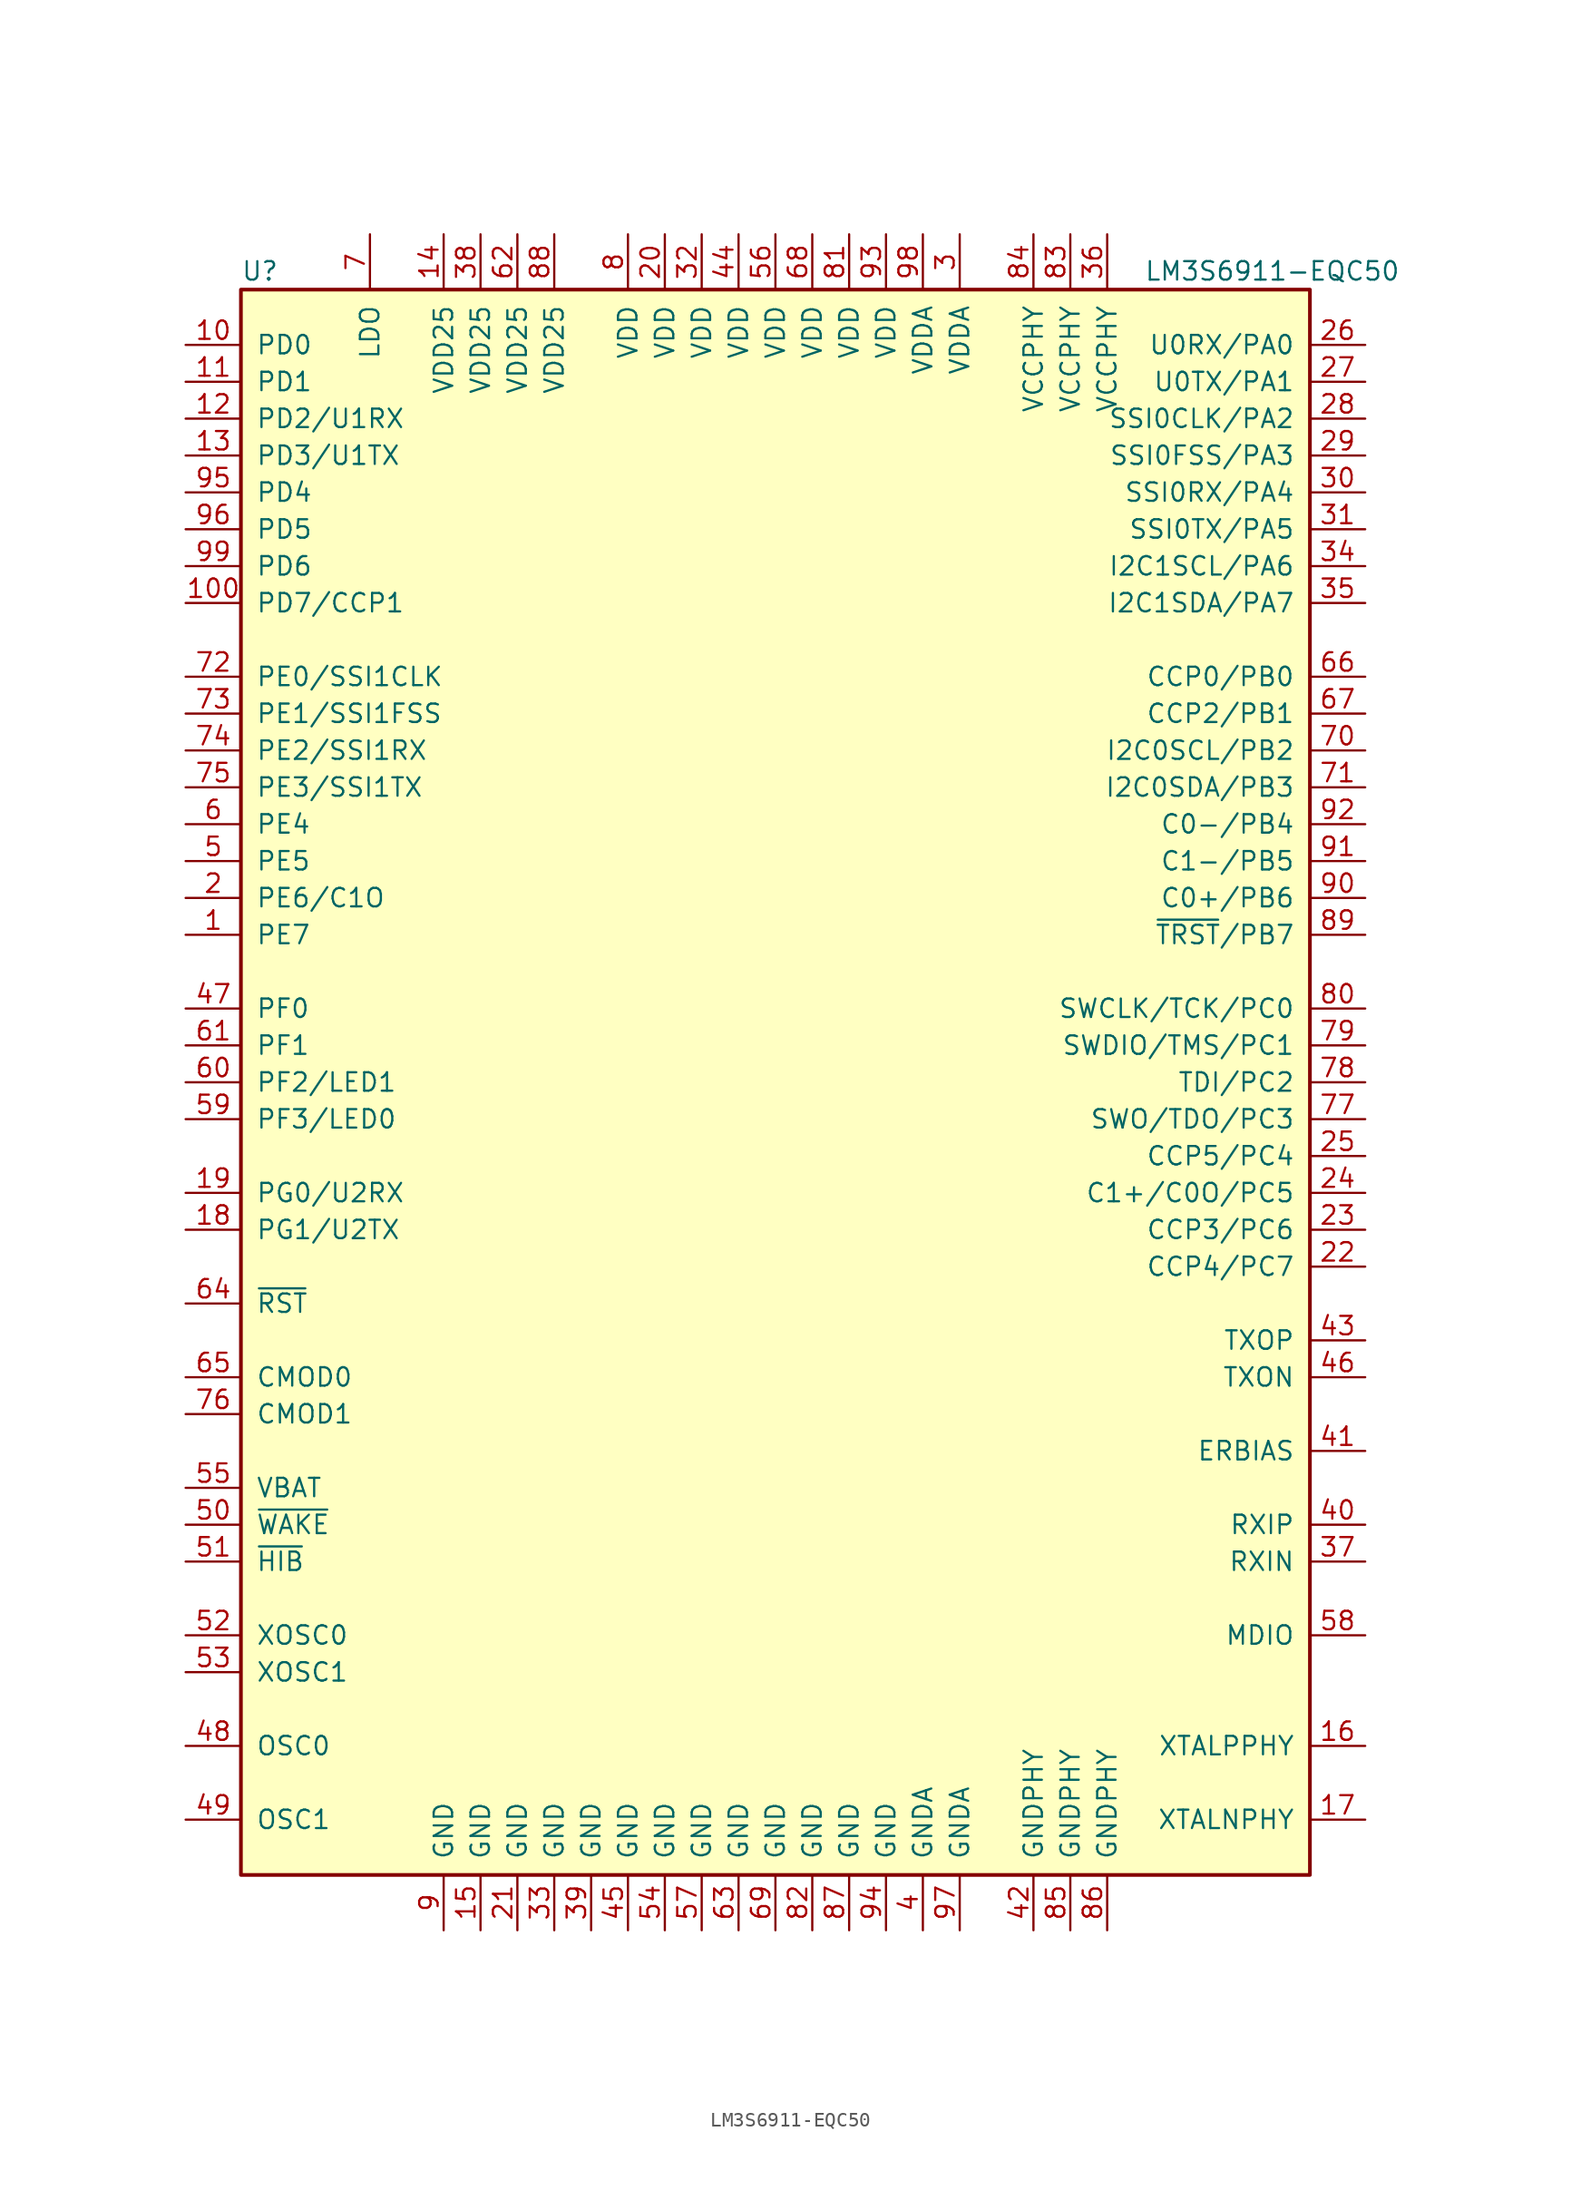
<source format=kicad_sym>
(kicad_symbol_lib
  (version 20241209)
  (generator "kicad_symbol_editor")
  (generator_version "9.0")
  (symbol "LM3S6911-EQC50"
    (pin_names
      (offset 1.016))
    (property "Reference" "U"
      (at -36.83 55.88 0)
      (effects (font (size 1.27 1.27)) (justify left)))
    (property "Value" "LM3S6911-EQC50"
      (at 25.4 55.88 0)
      (effects (font (size 1.27 1.27)) (justify left)))
    (symbol "LM3S6911-EQC50_0_1"
      (rectangle (start -36.83 54.61) (end 36.83 -54.61) (stroke (width 0.254) (type default)) (fill (type background))))
    (symbol "LM3S6911-EQC50_1_1"
      (pin bidirectional line (at -40.64 50.8 0) (length 3.81) (name "PD0" (effects (font (size 1.27 1.27)))) (number "10" (effects (font (size 1.27 1.27)))))
      (pin bidirectional line (at -40.64 48.26 0) (length 3.81) (name "PD1" (effects (font (size 1.27 1.27)))) (number "11" (effects (font (size 1.27 1.27)))))
      (pin bidirectional line (at -40.64 45.72 0) (length 3.81) (name "PD2/U1RX" (effects (font (size 1.27 1.27)))) (number "12" (effects (font (size 1.27 1.27)))))
      (pin bidirectional line (at -40.64 43.18 0) (length 3.81) (name "PD3/U1TX" (effects (font (size 1.27 1.27)))) (number "13" (effects (font (size 1.27 1.27)))))
      (pin bidirectional line (at -40.64 40.64 0) (length 3.81) (name "PD4" (effects (font (size 1.27 1.27)))) (number "95" (effects (font (size 1.27 1.27)))))
      (pin bidirectional line (at -40.64 38.1 0) (length 3.81) (name "PD5" (effects (font (size 1.27 1.27)))) (number "96" (effects (font (size 1.27 1.27)))))
      (pin bidirectional line (at -40.64 35.56 0) (length 3.81) (name "PD6" (effects (font (size 1.27 1.27)))) (number "99" (effects (font (size 1.27 1.27)))))
      (pin bidirectional line (at -40.64 33.02 0) (length 3.81) (name "PD7/CCP1" (effects (font (size 1.27 1.27)))) (number "100" (effects (font (size 1.27 1.27)))))
      (pin bidirectional line (at -40.64 27.94 0) (length 3.81) (name "PE0/SSI1CLK" (effects (font (size 1.27 1.27)))) (number "72" (effects (font (size 1.27 1.27)))))
      (pin bidirectional line (at -40.64 25.4 0) (length 3.81) (name "PE1/SSI1FSS" (effects (font (size 1.27 1.27)))) (number "73" (effects (font (size 1.27 1.27)))))
      (pin bidirectional line (at -40.64 22.86 0) (length 3.81) (name "PE2/SSI1RX" (effects (font (size 1.27 1.27)))) (number "74" (effects (font (size 1.27 1.27)))))
      (pin bidirectional line (at -40.64 20.32 0) (length 3.81) (name "PE3/SSI1TX" (effects (font (size 1.27 1.27)))) (number "75" (effects (font (size 1.27 1.27)))))
      (pin bidirectional line (at -40.64 17.78 0) (length 3.81) (name "PE4" (effects (font (size 1.27 1.27)))) (number "6" (effects (font (size 1.27 1.27)))))
      (pin bidirectional line (at -40.64 15.24 0) (length 3.81) (name "PE5" (effects (font (size 1.27 1.27)))) (number "5" (effects (font (size 1.27 1.27)))))
      (pin bidirectional line (at -40.64 12.7 0) (length 3.81) (name "PE6/C1O" (effects (font (size 1.27 1.27)))) (number "2" (effects (font (size 1.27 1.27)))))
      (pin bidirectional line (at -40.64 10.16 0) (length 3.81) (name "PE7" (effects (font (size 1.27 1.27)))) (number "1" (effects (font (size 1.27 1.27)))))
      (pin bidirectional line (at -40.64 5.08 0) (length 3.81) (name "PF0" (effects (font (size 1.27 1.27)))) (number "47" (effects (font (size 1.27 1.27)))))
      (pin bidirectional line (at -40.64 2.54 0) (length 3.81) (name "PF1" (effects (font (size 1.27 1.27)))) (number "61" (effects (font (size 1.27 1.27)))))
      (pin bidirectional line (at -40.64 0 0) (length 3.81) (name "PF2/LED1" (effects (font (size 1.27 1.27)))) (number "60" (effects (font (size 1.27 1.27)))))
      (pin bidirectional line (at -40.64 -2.54 0) (length 3.81) (name "PF3/LED0" (effects (font (size 1.27 1.27)))) (number "59" (effects (font (size 1.27 1.27)))))
      (pin bidirectional line (at -40.64 -7.62 0) (length 3.81) (name "PG0/U2RX" (effects (font (size 1.27 1.27)))) (number "19" (effects (font (size 1.27 1.27)))))
      (pin bidirectional line (at -40.64 -10.16 0) (length 3.81) (name "PG1/U2TX" (effects (font (size 1.27 1.27)))) (number "18" (effects (font (size 1.27 1.27)))))
      (pin input line (at -40.64 -15.24 0) (length 3.81) (name "~{RST}" (effects (font (size 1.27 1.27)))) (number "64" (effects (font (size 1.27 1.27)))))
      (pin input line (at -40.64 -20.32 0) (length 3.81) (name "CMOD0" (effects (font (size 1.27 1.27)))) (number "65" (effects (font (size 1.27 1.27)))))
      (pin input line (at -40.64 -22.86 0) (length 3.81) (name "CMOD1" (effects (font (size 1.27 1.27)))) (number "76" (effects (font (size 1.27 1.27)))))
      (pin passive line (at -40.64 -27.94 0) (length 3.81) (name "VBAT" (effects (font (size 1.27 1.27)))) (number "55" (effects (font (size 1.27 1.27)))))
      (pin input line (at -40.64 -30.48 0) (length 3.81) (name "~{WAKE}" (effects (font (size 1.27 1.27)))) (number "50" (effects (font (size 1.27 1.27)))))
      (pin open_collector line (at -40.64 -33.02 0) (length 3.81) (name "~{HIB}" (effects (font (size 1.27 1.27)))) (number "51" (effects (font (size 1.27 1.27)))))
      (pin passive line (at -40.64 -38.1 0) (length 3.81) (name "XOSC0" (effects (font (size 1.27 1.27)))) (number "52" (effects (font (size 1.27 1.27)))))
      (pin passive line (at -40.64 -40.64 0) (length 3.81) (name "XOSC1" (effects (font (size 1.27 1.27)))) (number "53" (effects (font (size 1.27 1.27)))))
      (pin passive line (at -40.64 -45.72 0) (length 3.81) (name "OSC0" (effects (font (size 1.27 1.27)))) (number "48" (effects (font (size 1.27 1.27)))))
      (pin passive line (at -40.64 -50.8 0) (length 3.81) (name "OSC1" (effects (font (size 1.27 1.27)))) (number "49" (effects (font (size 1.27 1.27)))))
      (pin passive line (at -27.94 58.42 270) (length 3.81) (name "LDO" (effects (font (size 1.27 1.27)))) (number "7" (effects (font (size 1.27 1.27)))))
      (pin power_in line (at -22.86 58.42 270) (length 3.81) (name "VDD25" (effects (font (size 1.27 1.27)))) (number "14" (effects (font (size 1.27 1.27)))))
      (pin power_in line (at -22.86 -58.42 90) (length 3.81) (name "GND" (effects (font (size 1.27 1.27)))) (number "9" (effects (font (size 1.27 1.27)))))
      (pin power_in line (at -20.32 58.42 270) (length 3.81) (name "VDD25" (effects (font (size 1.27 1.27)))) (number "38" (effects (font (size 1.27 1.27)))))
      (pin power_in line (at -20.32 -58.42 90) (length 3.81) (name "GND" (effects (font (size 1.27 1.27)))) (number "15" (effects (font (size 1.27 1.27)))))
      (pin power_in line (at -17.78 58.42 270) (length 3.81) (name "VDD25" (effects (font (size 1.27 1.27)))) (number "62" (effects (font (size 1.27 1.27)))))
      (pin power_in line (at -17.78 -58.42 90) (length 3.81) (name "GND" (effects (font (size 1.27 1.27)))) (number "21" (effects (font (size 1.27 1.27)))))
      (pin power_in line (at -15.24 58.42 270) (length 3.81) (name "VDD25" (effects (font (size 1.27 1.27)))) (number "88" (effects (font (size 1.27 1.27)))))
      (pin power_in line (at -15.24 -58.42 90) (length 3.81) (name "GND" (effects (font (size 1.27 1.27)))) (number "33" (effects (font (size 1.27 1.27)))))
      (pin power_in line (at -12.7 -58.42 90) (length 3.81) (name "GND" (effects (font (size 1.27 1.27)))) (number "39" (effects (font (size 1.27 1.27)))))
      (pin power_in line (at -10.16 58.42 270) (length 3.81) (name "VDD" (effects (font (size 1.27 1.27)))) (number "8" (effects (font (size 1.27 1.27)))))
      (pin power_in line (at -10.16 -58.42 90) (length 3.81) (name "GND" (effects (font (size 1.27 1.27)))) (number "45" (effects (font (size 1.27 1.27)))))
      (pin power_in line (at -7.62 58.42 270) (length 3.81) (name "VDD" (effects (font (size 1.27 1.27)))) (number "20" (effects (font (size 1.27 1.27)))))
      (pin power_in line (at -7.62 -58.42 90) (length 3.81) (name "GND" (effects (font (size 1.27 1.27)))) (number "54" (effects (font (size 1.27 1.27)))))
      (pin power_in line (at -5.08 58.42 270) (length 3.81) (name "VDD" (effects (font (size 1.27 1.27)))) (number "32" (effects (font (size 1.27 1.27)))))
      (pin power_in line (at -5.08 -58.42 90) (length 3.81) (name "GND" (effects (font (size 1.27 1.27)))) (number "57" (effects (font (size 1.27 1.27)))))
      (pin power_in line (at -2.54 58.42 270) (length 3.81) (name "VDD" (effects (font (size 1.27 1.27)))) (number "44" (effects (font (size 1.27 1.27)))))
      (pin power_in line (at -2.54 -58.42 90) (length 3.81) (name "GND" (effects (font (size 1.27 1.27)))) (number "63" (effects (font (size 1.27 1.27)))))
      (pin power_in line (at 0 58.42 270) (length 3.81) (name "VDD" (effects (font (size 1.27 1.27)))) (number "56" (effects (font (size 1.27 1.27)))))
      (pin power_in line (at 0 -58.42 90) (length 3.81) (name "GND" (effects (font (size 1.27 1.27)))) (number "69" (effects (font (size 1.27 1.27)))))
      (pin power_in line (at 2.54 58.42 270) (length 3.81) (name "VDD" (effects (font (size 1.27 1.27)))) (number "68" (effects (font (size 1.27 1.27)))))
      (pin power_in line (at 2.54 -58.42 90) (length 3.81) (name "GND" (effects (font (size 1.27 1.27)))) (number "82" (effects (font (size 1.27 1.27)))))
      (pin power_in line (at 5.08 58.42 270) (length 3.81) (name "VDD" (effects (font (size 1.27 1.27)))) (number "81" (effects (font (size 1.27 1.27)))))
      (pin power_in line (at 5.08 -58.42 90) (length 3.81) (name "GND" (effects (font (size 1.27 1.27)))) (number "87" (effects (font (size 1.27 1.27)))))
      (pin power_in line (at 7.62 58.42 270) (length 3.81) (name "VDD" (effects (font (size 1.27 1.27)))) (number "93" (effects (font (size 1.27 1.27)))))
      (pin power_in line (at 7.62 -58.42 90) (length 3.81) (name "GND" (effects (font (size 1.27 1.27)))) (number "94" (effects (font (size 1.27 1.27)))))
      (pin power_in line (at 10.16 58.42 270) (length 3.81) (name "VDDA" (effects (font (size 1.27 1.27)))) (number "98" (effects (font (size 1.27 1.27)))))
      (pin power_in line (at 10.16 -58.42 90) (length 3.81) (name "GNDA" (effects (font (size 1.27 1.27)))) (number "4" (effects (font (size 1.27 1.27)))))
      (pin power_in line (at 12.7 58.42 270) (length 3.81) (name "VDDA" (effects (font (size 1.27 1.27)))) (number "3" (effects (font (size 1.27 1.27)))))
      (pin power_in line (at 12.7 -58.42 90) (length 3.81) (name "GNDA" (effects (font (size 1.27 1.27)))) (number "97" (effects (font (size 1.27 1.27)))))
      (pin power_in line (at 17.78 58.42 270) (length 3.81) (name "VCCPHY" (effects (font (size 1.27 1.27)))) (number "84" (effects (font (size 1.27 1.27)))))
      (pin power_in line (at 17.78 -58.42 90) (length 3.81) (name "GNDPHY" (effects (font (size 1.27 1.27)))) (number "42" (effects (font (size 1.27 1.27)))))
      (pin power_in line (at 20.32 58.42 270) (length 3.81) (name "VCCPHY" (effects (font (size 1.27 1.27)))) (number "83" (effects (font (size 1.27 1.27)))))
      (pin power_in line (at 20.32 -58.42 90) (length 3.81) (name "GNDPHY" (effects (font (size 1.27 1.27)))) (number "85" (effects (font (size 1.27 1.27)))))
      (pin power_in line (at 22.86 58.42 270) (length 3.81) (name "VCCPHY" (effects (font (size 1.27 1.27)))) (number "36" (effects (font (size 1.27 1.27)))))
      (pin power_in line (at 22.86 -58.42 90) (length 3.81) (name "GNDPHY" (effects (font (size 1.27 1.27)))) (number "86" (effects (font (size 1.27 1.27)))))
      (pin bidirectional line (at 40.64 50.8 180) (length 3.81) (name "U0RX/PA0" (effects (font (size 1.27 1.27)))) (number "26" (effects (font (size 1.27 1.27)))))
      (pin bidirectional line (at 40.64 48.26 180) (length 3.81) (name "U0TX/PA1" (effects (font (size 1.27 1.27)))) (number "27" (effects (font (size 1.27 1.27)))))
      (pin bidirectional line (at 40.64 45.72 180) (length 3.81) (name "SSI0CLK/PA2" (effects (font (size 1.27 1.27)))) (number "28" (effects (font (size 1.27 1.27)))))
      (pin bidirectional line (at 40.64 43.18 180) (length 3.81) (name "SSI0FSS/PA3" (effects (font (size 1.27 1.27)))) (number "29" (effects (font (size 1.27 1.27)))))
      (pin bidirectional line (at 40.64 40.64 180) (length 3.81) (name "SSI0RX/PA4" (effects (font (size 1.27 1.27)))) (number "30" (effects (font (size 1.27 1.27)))))
      (pin bidirectional line (at 40.64 38.1 180) (length 3.81) (name "SSI0TX/PA5" (effects (font (size 1.27 1.27)))) (number "31" (effects (font (size 1.27 1.27)))))
      (pin bidirectional line (at 40.64 35.56 180) (length 3.81) (name "I2C1SCL/PA6" (effects (font (size 1.27 1.27)))) (number "34" (effects (font (size 1.27 1.27)))))
      (pin bidirectional line (at 40.64 33.02 180) (length 3.81) (name "I2C1SDA/PA7" (effects (font (size 1.27 1.27)))) (number "35" (effects (font (size 1.27 1.27)))))
      (pin bidirectional line (at 40.64 27.94 180) (length 3.81) (name "CCP0/PB0" (effects (font (size 1.27 1.27)))) (number "66" (effects (font (size 1.27 1.27)))))
      (pin bidirectional line (at 40.64 25.4 180) (length 3.81) (name "CCP2/PB1" (effects (font (size 1.27 1.27)))) (number "67" (effects (font (size 1.27 1.27)))))
      (pin bidirectional line (at 40.64 22.86 180) (length 3.81) (name "I2C0SCL/PB2" (effects (font (size 1.27 1.27)))) (number "70" (effects (font (size 1.27 1.27)))))
      (pin bidirectional line (at 40.64 20.32 180) (length 3.81) (name "I2C0SDA/PB3" (effects (font (size 1.27 1.27)))) (number "71" (effects (font (size 1.27 1.27)))))
      (pin bidirectional line (at 40.64 17.78 180) (length 3.81) (name "C0-/PB4" (effects (font (size 1.27 1.27)))) (number "92" (effects (font (size 1.27 1.27)))))
      (pin bidirectional line (at 40.64 15.24 180) (length 3.81) (name "C1-/PB5" (effects (font (size 1.27 1.27)))) (number "91" (effects (font (size 1.27 1.27)))))
      (pin bidirectional line (at 40.64 12.7 180) (length 3.81) (name "C0+/PB6" (effects (font (size 1.27 1.27)))) (number "90" (effects (font (size 1.27 1.27)))))
      (pin bidirectional line (at 40.64 10.16 180) (length 3.81) (name "~{TRST}/PB7" (effects (font (size 1.27 1.27)))) (number "89" (effects (font (size 1.27 1.27)))))
      (pin bidirectional line (at 40.64 5.08 180) (length 3.81) (name "SWCLK/TCK/PC0" (effects (font (size 1.27 1.27)))) (number "80" (effects (font (size 1.27 1.27)))))
      (pin bidirectional line (at 40.64 2.54 180) (length 3.81) (name "SWDIO/TMS/PC1" (effects (font (size 1.27 1.27)))) (number "79" (effects (font (size 1.27 1.27)))))
      (pin bidirectional line (at 40.64 0 180) (length 3.81) (name "TDI/PC2" (effects (font (size 1.27 1.27)))) (number "78" (effects (font (size 1.27 1.27)))))
      (pin bidirectional line (at 40.64 -2.54 180) (length 3.81) (name "SWO/TDO/PC3" (effects (font (size 1.27 1.27)))) (number "77" (effects (font (size 1.27 1.27)))))
      (pin bidirectional line (at 40.64 -5.08 180) (length 3.81) (name "CCP5/PC4" (effects (font (size 1.27 1.27)))) (number "25" (effects (font (size 1.27 1.27)))))
      (pin bidirectional line (at 40.64 -7.62 180) (length 3.81) (name "C1+/C0O/PC5" (effects (font (size 1.27 1.27)))) (number "24" (effects (font (size 1.27 1.27)))))
      (pin bidirectional line (at 40.64 -10.16 180) (length 3.81) (name "CCP3/PC6" (effects (font (size 1.27 1.27)))) (number "23" (effects (font (size 1.27 1.27)))))
      (pin bidirectional line (at 40.64 -12.7 180) (length 3.81) (name "CCP4/PC7" (effects (font (size 1.27 1.27)))) (number "22" (effects (font (size 1.27 1.27)))))
      (pin passive line (at 40.64 -17.78 180) (length 3.81) (name "TXOP" (effects (font (size 1.27 1.27)))) (number "43" (effects (font (size 1.27 1.27)))))
      (pin passive line (at 40.64 -20.32 180) (length 3.81) (name "TXON" (effects (font (size 1.27 1.27)))) (number "46" (effects (font (size 1.27 1.27)))))
      (pin passive line (at 40.64 -25.4 180) (length 3.81) (name "ERBIAS" (effects (font (size 1.27 1.27)))) (number "41" (effects (font (size 1.27 1.27)))))
      (pin passive line (at 40.64 -30.48 180) (length 3.81) (name "RXIP" (effects (font (size 1.27 1.27)))) (number "40" (effects (font (size 1.27 1.27)))))
      (pin passive line (at 40.64 -33.02 180) (length 3.81) (name "RXIN" (effects (font (size 1.27 1.27)))) (number "37" (effects (font (size 1.27 1.27)))))
      (pin input line (at 40.64 -38.1 180) (length 3.81) (name "MDIO" (effects (font (size 1.27 1.27)))) (number "58" (effects (font (size 1.27 1.27)))))
      (pin passive line (at 40.64 -45.72 180) (length 3.81) (name "XTALPPHY" (effects (font (size 1.27 1.27)))) (number "16" (effects (font (size 1.27 1.27)))))
      (pin passive line (at 40.64 -50.8 180) (length 3.81) (name "XTALNPHY" (effects (font (size 1.27 1.27)))) (number "17" (effects (font (size 1.27 1.27))))))))
</source>
